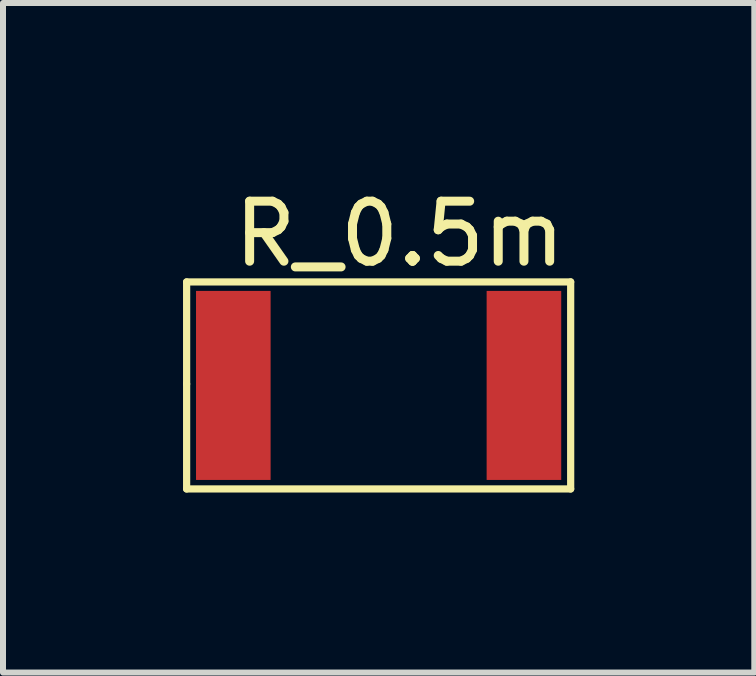
<source format=kicad_pcb>
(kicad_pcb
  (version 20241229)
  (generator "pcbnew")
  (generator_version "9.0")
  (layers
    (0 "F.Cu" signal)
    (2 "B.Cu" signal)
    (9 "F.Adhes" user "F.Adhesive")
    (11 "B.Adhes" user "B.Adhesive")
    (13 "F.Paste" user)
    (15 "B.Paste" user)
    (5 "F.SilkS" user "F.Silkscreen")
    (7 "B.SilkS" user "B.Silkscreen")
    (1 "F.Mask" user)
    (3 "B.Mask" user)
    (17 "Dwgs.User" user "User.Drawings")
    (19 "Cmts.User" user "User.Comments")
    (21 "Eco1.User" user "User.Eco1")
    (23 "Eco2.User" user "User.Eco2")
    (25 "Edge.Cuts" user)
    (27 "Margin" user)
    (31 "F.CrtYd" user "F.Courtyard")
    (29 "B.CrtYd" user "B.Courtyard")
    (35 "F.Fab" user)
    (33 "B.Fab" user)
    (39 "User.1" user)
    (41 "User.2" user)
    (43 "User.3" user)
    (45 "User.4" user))
  (footprint "R_0.5m"
    (layer "F.Cu")
    (at 3.36 3.398)
    (property "Reference" "R_0.5m" (at 0.25 -2.55 0) (unlocked yes) (layer "F.SilkS") (effects (font (size 1 1) (thickness 0.15))))
    (attr smd)
    (fp_line (start -3.3 -1.75) (end -3.3 -0.05) (stroke (width 0.12) (type solid)) (layer "F.SilkS"))
    (fp_line (start -3.3 -0.05) (end -3.3 1.7) (stroke (width 0.12) (type solid)) (layer "F.SilkS"))
    (fp_line (start -3.3 1.7) (end 3.1 1.7) (stroke (width 0.12) (type solid)) (layer "F.SilkS"))
    (fp_line (start 3.1 -1.75) (end -3.3 -1.75) (stroke (width 0.12) (type solid)) (layer "F.SilkS"))
    (fp_line (start 3.1 1.7) (end 3.1 -1.75) (stroke (width 0.12) (type solid)) (layer "F.SilkS"))
    (pad "1" smd rect (at -2.522 -0.025) (size 1.243 3.15) (layers "F.Cu" "F.Mask" "F.Paste"))
    (pad "2" smd rect (at 2.321 -0.025) (size 1.243 3.15) (layers "F.Cu" "F.Mask" "F.Paste")))
  (gr_rect
    (start -3 -3)
    (end 9.52 8.158)
    (stroke (width 0.1) (type default))
    (fill no)
    (layer "Edge.Cuts")))
</source>
